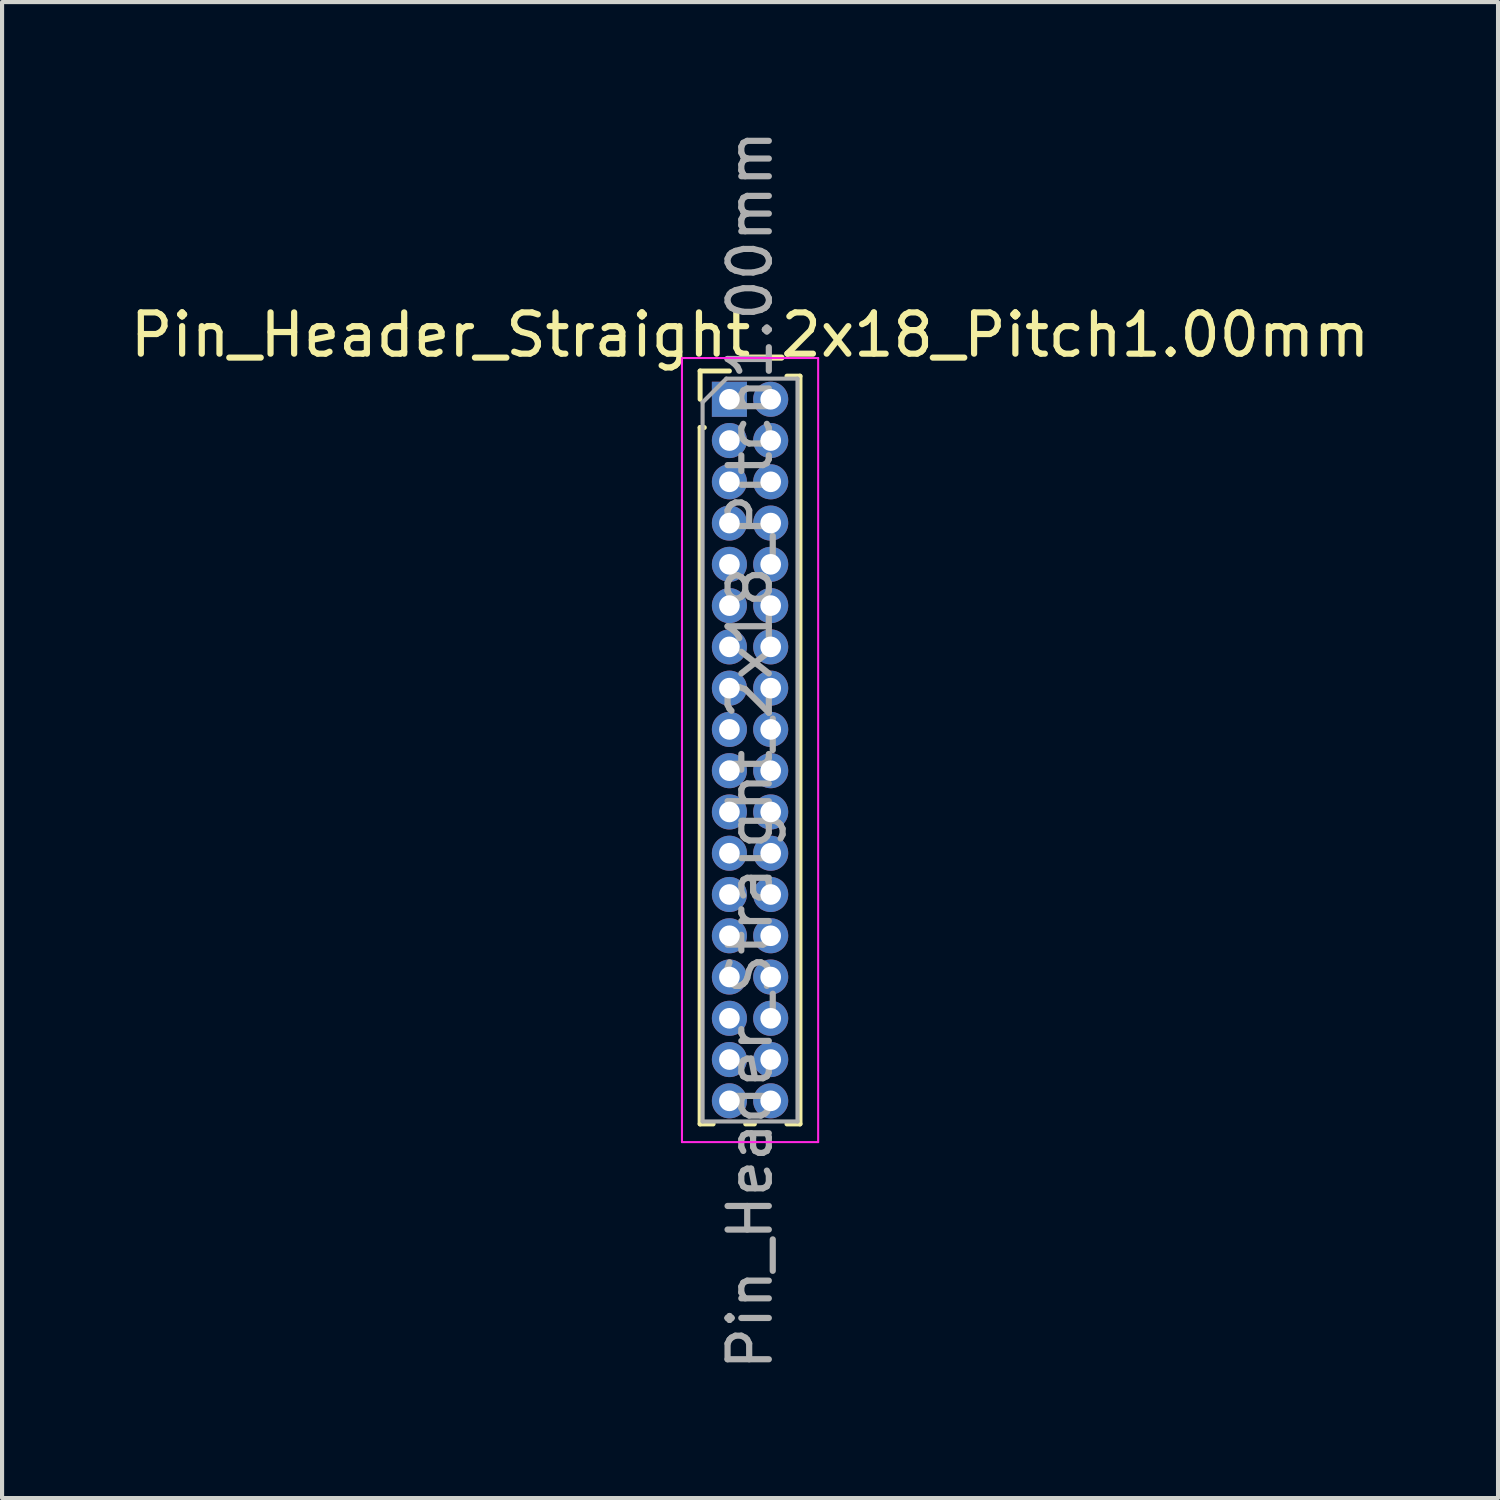
<source format=kicad_pcb>
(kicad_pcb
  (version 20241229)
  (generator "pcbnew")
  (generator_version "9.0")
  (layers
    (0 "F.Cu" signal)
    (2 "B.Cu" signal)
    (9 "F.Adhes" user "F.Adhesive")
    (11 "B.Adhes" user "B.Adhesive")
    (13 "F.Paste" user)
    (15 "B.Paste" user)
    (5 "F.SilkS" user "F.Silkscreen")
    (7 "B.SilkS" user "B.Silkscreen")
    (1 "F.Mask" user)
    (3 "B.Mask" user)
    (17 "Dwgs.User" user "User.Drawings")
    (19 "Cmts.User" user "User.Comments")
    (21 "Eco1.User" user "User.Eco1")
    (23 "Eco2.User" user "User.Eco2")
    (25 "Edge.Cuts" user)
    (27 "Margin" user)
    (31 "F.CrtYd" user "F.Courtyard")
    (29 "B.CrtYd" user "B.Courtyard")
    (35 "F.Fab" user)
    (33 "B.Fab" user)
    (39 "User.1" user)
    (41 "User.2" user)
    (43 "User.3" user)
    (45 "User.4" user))
  (footprint "Pin_Header_Straight_2x18_Pitch1.00mm"
    (layer "F.Cu")
    (at 14.625 6.625)
    (property "Reference" "Pin_Header_Straight_2x18_Pitch1.00mm" (at 0.5 -1.56 0) (layer "F.SilkS") (effects (font (size 1 1) (thickness 0.15))))
    (attr through_hole)
    (fp_line (start -0.71 -0.685) (end 0 -0.685) (stroke (width 0.12) (type solid)) (layer "F.SilkS"))
    (fp_line (start -0.71 0) (end -0.71 -0.685) (stroke (width 0.12) (type solid)) (layer "F.SilkS"))
    (fp_line (start -0.71 0.685) (end -0.71 17.56) (stroke (width 0.12) (type solid)) (layer "F.SilkS"))
    (fp_line (start -0.71 0.685) (end -0.608 0.685) (stroke (width 0.12) (type solid)) (layer "F.SilkS"))
    (fp_line (start -0.71 17.56) (end -0.394 17.56) (stroke (width 0.12) (type solid)) (layer "F.SilkS"))
    (fp_line (start 0.394 17.56) (end 0.606 17.56) (stroke (width 0.12) (type solid)) (layer "F.SilkS"))
    (fp_line (start 1.394 -0.56) (end 1.71 -0.56) (stroke (width 0.12) (type solid)) (layer "F.SilkS"))
    (fp_line (start 1.394 17.56) (end 1.71 17.56) (stroke (width 0.12) (type solid)) (layer "F.SilkS"))
    (fp_line (start 1.71 -0.56) (end 1.71 17.56) (stroke (width 0.12) (type solid)) (layer "F.SilkS"))
    (fp_line (start -1.15 -1) (end -1.15 18) (stroke (width 0.05) (type solid)) (layer "F.CrtYd"))
    (fp_line (start -1.15 18) (end 2.15 18) (stroke (width 0.05) (type solid)) (layer "F.CrtYd"))
    (fp_line (start 2.15 -1) (end -1.15 -1) (stroke (width 0.05) (type solid)) (layer "F.CrtYd"))
    (fp_line (start 2.15 18) (end 2.15 -1) (stroke (width 0.05) (type solid)) (layer "F.CrtYd"))
    (fp_line (start -0.65 0.075) (end -0.075 -0.5) (stroke (width 0.1) (type solid)) (layer "F.Fab"))
    (fp_line (start -0.65 17.5) (end -0.65 0.075) (stroke (width 0.1) (type solid)) (layer "F.Fab"))
    (fp_line (start -0.075 -0.5) (end 1.65 -0.5) (stroke (width 0.1) (type solid)) (layer "F.Fab"))
    (fp_line (start 1.65 -0.5) (end 1.65 17.5) (stroke (width 0.1) (type solid)) (layer "F.Fab"))
    (fp_line (start 1.65 17.5) (end -0.65 17.5) (stroke (width 0.1) (type solid)) (layer "F.Fab"))
    (fp_text user "${REFERENCE}" (at 0.5 8.5 90) (layer "F.Fab") (effects (font (size 1 1) (thickness 0.15))))
    (pad "1" thru_hole rect (at 0 0) (size 0.85 0.85) (drill 0.5) (layers "*.Cu" "*.Mask"))
    (pad "2" thru_hole oval (at 1 0) (size 0.85 0.85) (drill 0.5) (layers "*.Cu" "*.Mask"))
    (pad "3" thru_hole oval (at 0 1) (size 0.85 0.85) (drill 0.5) (layers "*.Cu" "*.Mask"))
    (pad "4" thru_hole oval (at 1 1) (size 0.85 0.85) (drill 0.5) (layers "*.Cu" "*.Mask"))
    (pad "5" thru_hole oval (at 0 2) (size 0.85 0.85) (drill 0.5) (layers "*.Cu" "*.Mask"))
    (pad "6" thru_hole oval (at 1 2) (size 0.85 0.85) (drill 0.5) (layers "*.Cu" "*.Mask"))
    (pad "7" thru_hole oval (at 0 3) (size 0.85 0.85) (drill 0.5) (layers "*.Cu" "*.Mask"))
    (pad "8" thru_hole oval (at 1 3) (size 0.85 0.85) (drill 0.5) (layers "*.Cu" "*.Mask"))
    (pad "9" thru_hole oval (at 0 4) (size 0.85 0.85) (drill 0.5) (layers "*.Cu" "*.Mask"))
    (pad "10" thru_hole oval (at 1 4) (size 0.85 0.85) (drill 0.5) (layers "*.Cu" "*.Mask"))
    (pad "11" thru_hole oval (at 0 5) (size 0.85 0.85) (drill 0.5) (layers "*.Cu" "*.Mask"))
    (pad "12" thru_hole oval (at 1 5) (size 0.85 0.85) (drill 0.5) (layers "*.Cu" "*.Mask"))
    (pad "13" thru_hole oval (at 0 6) (size 0.85 0.85) (drill 0.5) (layers "*.Cu" "*.Mask"))
    (pad "14" thru_hole oval (at 1 6) (size 0.85 0.85) (drill 0.5) (layers "*.Cu" "*.Mask"))
    (pad "15" thru_hole oval (at 0 7) (size 0.85 0.85) (drill 0.5) (layers "*.Cu" "*.Mask"))
    (pad "16" thru_hole oval (at 1 7) (size 0.85 0.85) (drill 0.5) (layers "*.Cu" "*.Mask"))
    (pad "17" thru_hole oval (at 0 8) (size 0.85 0.85) (drill 0.5) (layers "*.Cu" "*.Mask"))
    (pad "18" thru_hole oval (at 1 8) (size 0.85 0.85) (drill 0.5) (layers "*.Cu" "*.Mask"))
    (pad "19" thru_hole oval (at 0 9) (size 0.85 0.85) (drill 0.5) (layers "*.Cu" "*.Mask"))
    (pad "20" thru_hole oval (at 1 9) (size 0.85 0.85) (drill 0.5) (layers "*.Cu" "*.Mask"))
    (pad "21" thru_hole oval (at 0 10) (size 0.85 0.85) (drill 0.5) (layers "*.Cu" "*.Mask"))
    (pad "22" thru_hole oval (at 1 10) (size 0.85 0.85) (drill 0.5) (layers "*.Cu" "*.Mask"))
    (pad "23" thru_hole oval (at 0 11) (size 0.85 0.85) (drill 0.5) (layers "*.Cu" "*.Mask"))
    (pad "24" thru_hole oval (at 1 11) (size 0.85 0.85) (drill 0.5) (layers "*.Cu" "*.Mask"))
    (pad "25" thru_hole oval (at 0 12) (size 0.85 0.85) (drill 0.5) (layers "*.Cu" "*.Mask"))
    (pad "26" thru_hole oval (at 1 12) (size 0.85 0.85) (drill 0.5) (layers "*.Cu" "*.Mask"))
    (pad "27" thru_hole oval (at 0 13) (size 0.85 0.85) (drill 0.5) (layers "*.Cu" "*.Mask"))
    (pad "28" thru_hole oval (at 1 13) (size 0.85 0.85) (drill 0.5) (layers "*.Cu" "*.Mask"))
    (pad "29" thru_hole oval (at 0 14) (size 0.85 0.85) (drill 0.5) (layers "*.Cu" "*.Mask"))
    (pad "30" thru_hole oval (at 1 14) (size 0.85 0.85) (drill 0.5) (layers "*.Cu" "*.Mask"))
    (pad "31" thru_hole oval (at 0 15) (size 0.85 0.85) (drill 0.5) (layers "*.Cu" "*.Mask"))
    (pad "32" thru_hole oval (at 1 15) (size 0.85 0.85) (drill 0.5) (layers "*.Cu" "*.Mask"))
    (pad "33" thru_hole oval (at 0 16) (size 0.85 0.85) (drill 0.5) (layers "*.Cu" "*.Mask"))
    (pad "34" thru_hole oval (at 1 16) (size 0.85 0.85) (drill 0.5) (layers "*.Cu" "*.Mask"))
    (pad "35" thru_hole oval (at 0 17) (size 0.85 0.85) (drill 0.5) (layers "*.Cu" "*.Mask"))
    (pad "36" thru_hole oval (at 1 17) (size 0.85 0.85) (drill 0.5) (layers "*.Cu" "*.Mask")))
  (gr_rect
    (start -3 -3)
    (end 33.25 33.25)
    (stroke (width 0.1) (type default))
    (fill no)
    (layer "Edge.Cuts")))
</source>
